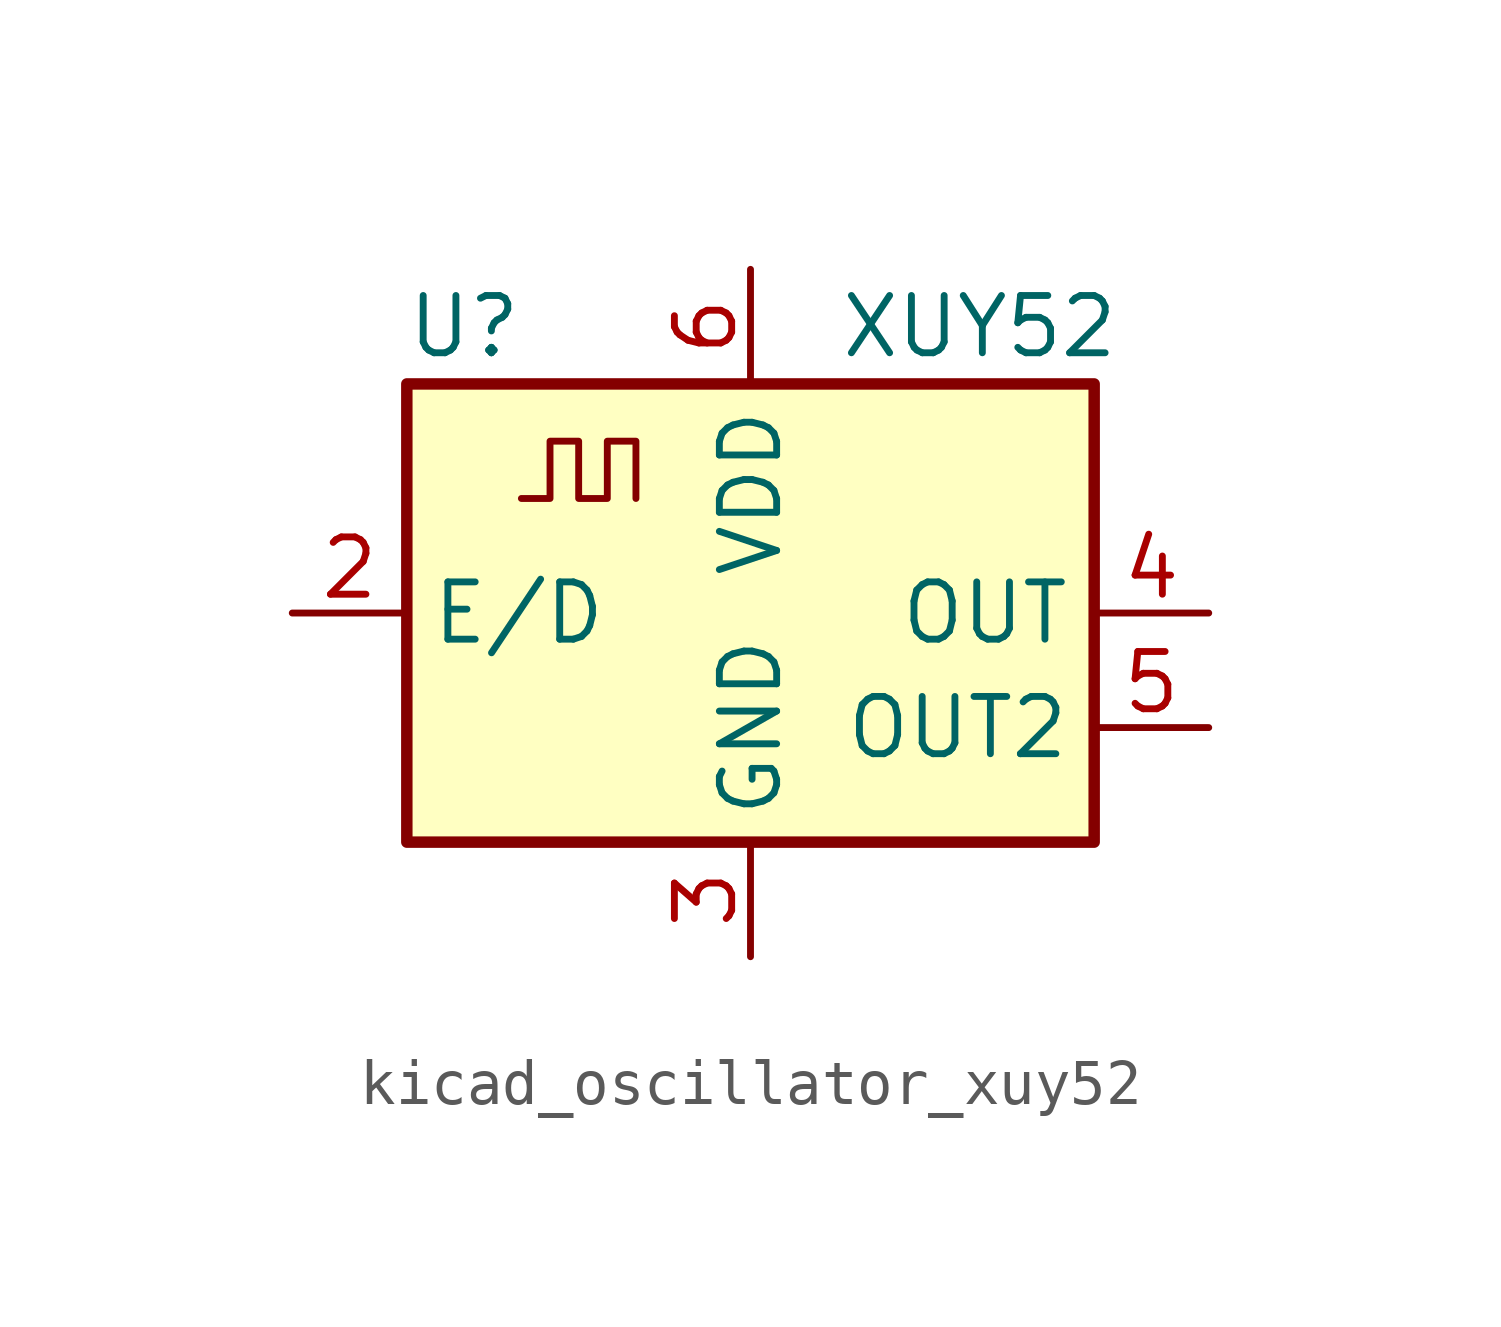
<source format=kicad_sym>
(kicad_symbol_lib
  (version 20220914)
  (generator kicad_symbol_editor)
  (symbol "kicad_oscillator_xuy52"
    (property "Reference" "U"
      (at -6.35 6.35 0)
      (effects (font (size 1.27 1.27))))
    (property "Value" "XUY52"
      (at 5.08 6.35 0)
      (effects (font (size 1.27 1.27))))
    (symbol "kicad_oscillator_xuy52_0_1"
      (rectangle (start -7.62 5.08) (end 7.62 -5.08) (stroke (width 0.254) (type default)) (fill (type background))))
    (symbol "kicad_oscillator_xuy52_1_1"
      (polyline (pts (xy -5.08 2.54) (xy -4.445 2.54) (xy -4.445 3.81) (xy -3.81 3.81) (xy -3.81 2.54) (xy -3.175 2.54) (xy -3.175 3.81) (xy -2.54 3.81) (xy -2.54 2.54)) (stroke (width 0) (type default)) (fill (type none)))
      (pin no_connect line (at -7.62 -2.54 0) (length 2.54) hide (name "NC" (effects (font (size 1.27 1.27)))) (number "1" (effects (font (size 1.27 1.27)))))
      (pin input line (at -10.16 0 0) (length 2.54) (name "E/D" (effects (font (size 1.27 1.27)))) (number "2" (effects (font (size 1.27 1.27)))))
      (pin power_in line (at 0 -7.62 90) (length 2.54) (name "GND" (effects (font (size 1.27 1.27)))) (number "3" (effects (font (size 1.27 1.27)))))
      (pin output line (at 10.16 0 180) (length 2.54) (name "OUT" (effects (font (size 1.27 1.27)))) (number "4" (effects (font (size 1.27 1.27)))))
      (pin output line (at 10.16 -2.54 180) (length 2.54) (name "OUT2" (effects (font (size 1.27 1.27)))) (number "5" (effects (font (size 1.27 1.27)))))
      (pin power_in line (at 0 7.62 270) (length 2.54) (name "VDD" (effects (font (size 1.27 1.27)))) (number "6" (effects (font (size 1.27 1.27))))))))
</source>
